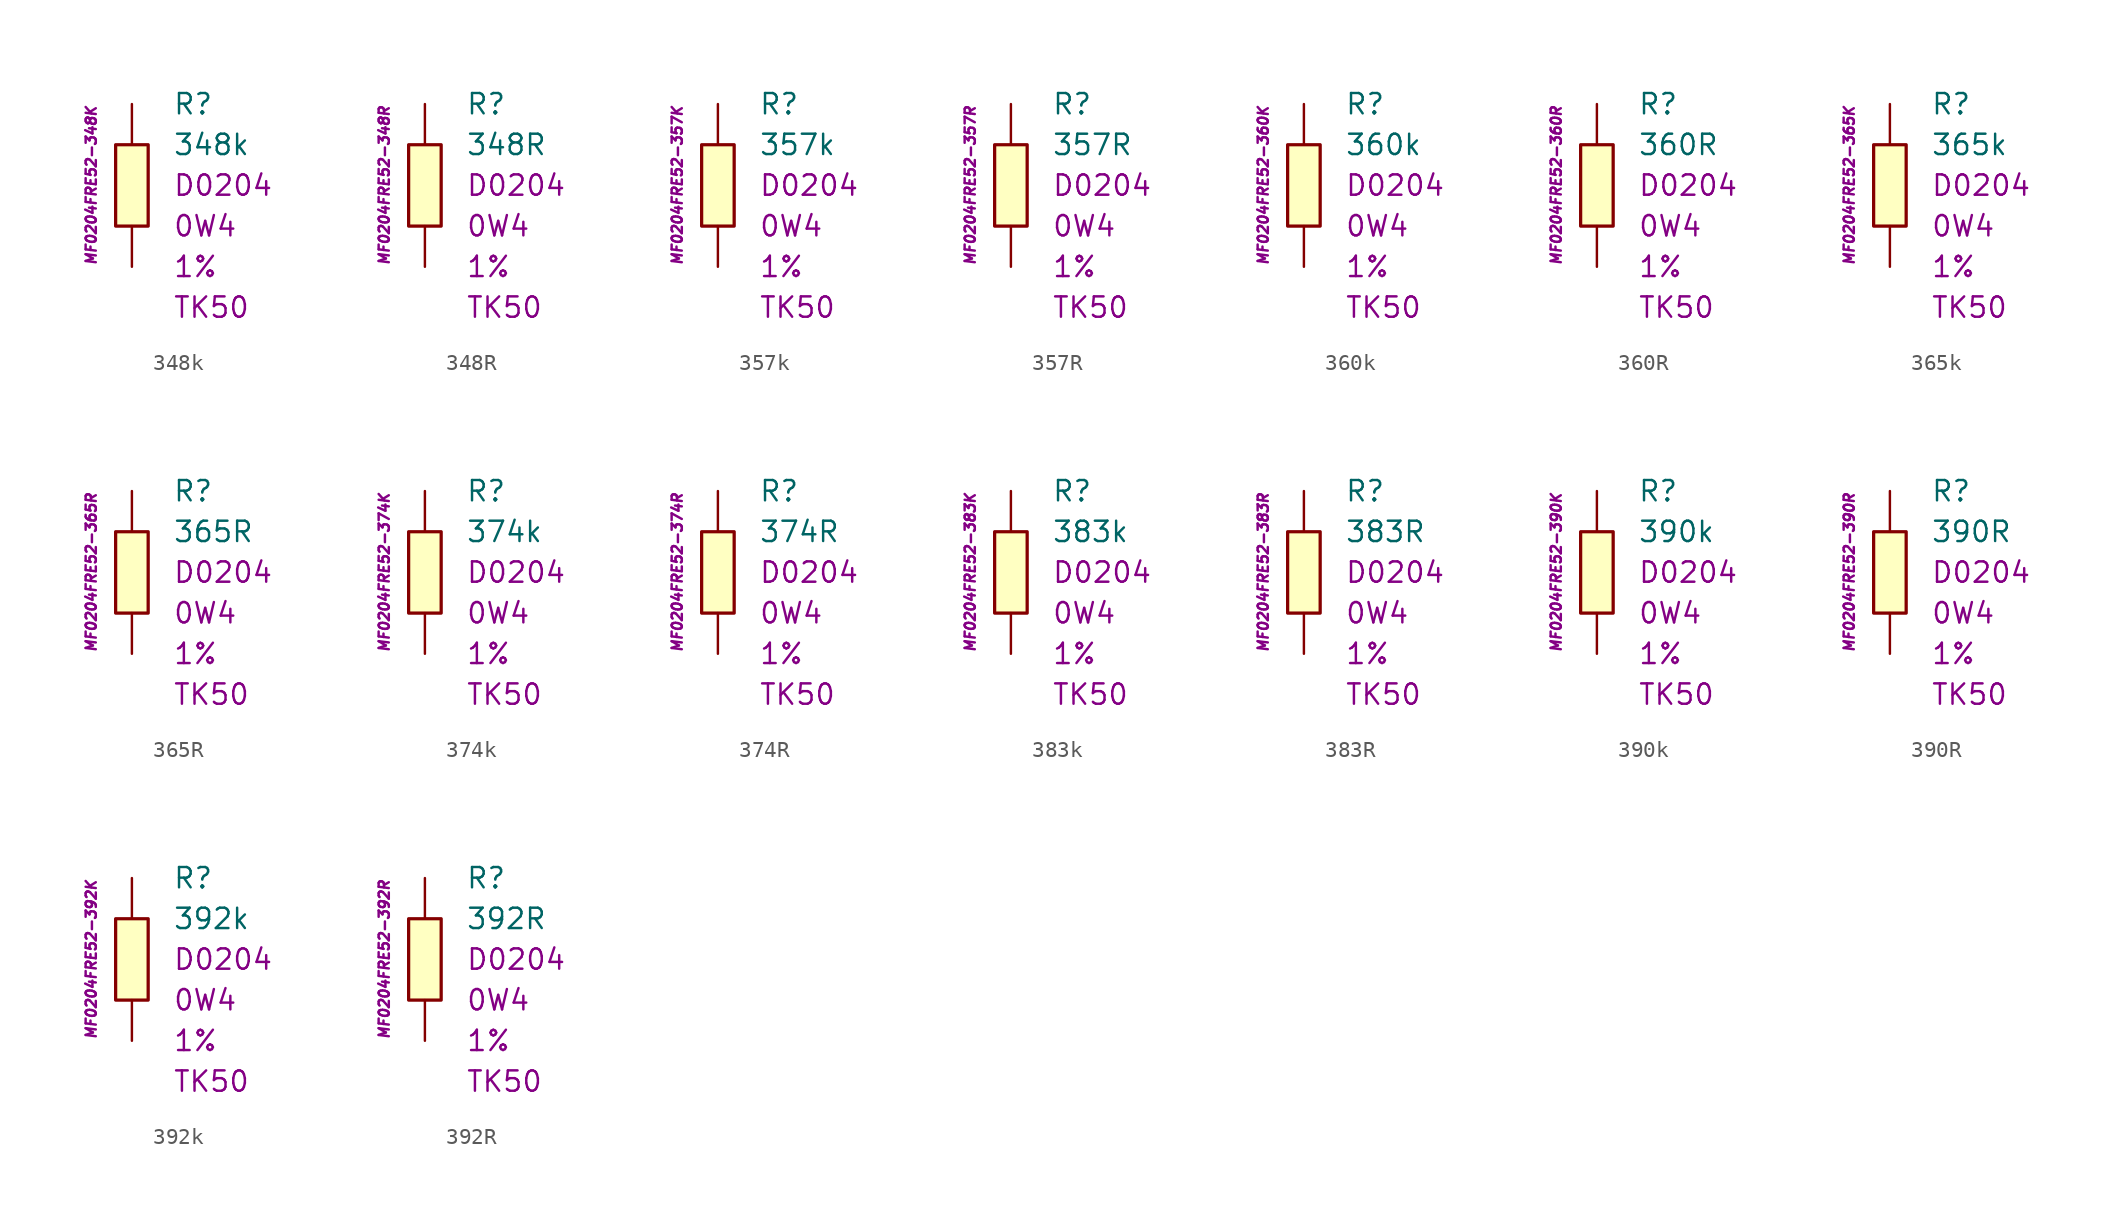
<source format=kicad_sym>
(kicad_symbol_lib
  (version 20201005)
  (generator kicad_symbol_editor)
  (symbol "348k"
    (pin_numbers hide)
    (pin_names
      (offset 1.016) hide)
    (property "Reference" "R"
      (at 2.54 5.08 0)
      (effects (font (size 1.27 1.27)) (justify left)))
    (property "Value" "348k"
      (at 2.54 2.54 0)
      (effects (font (size 1.27 1.27)) (justify left)))
    (property "Package" "D0204"
      (at 2.54 0 0)
      (effects (font (size 1.27 1.27)) (justify left)))
    (property "Power" "0W4"
      (at 2.54 -2.54 0)
      (effects (font (size 1.27 1.27)) (justify left)))
    (property "Tolerance" "1%"
      (at 2.54 -5.08 0)
      (effects (font (size 1.27 1.27)) (justify left)))
    (property "TK" "TK50"
      (at 2.54 -7.62 0)
      (effects (font (size 1.27 1.27)) (justify left)))
    (property "ID" "MF0204FRE52-348K"
      (at -2.54 0 90)
      (effects (font (size 0.635 0.635) italic)))
    (symbol "348k_0_1"
      (rectangle (start -1.016 2.54) (end 1.016 -2.54) (stroke (width 0.203)) (fill (type background))))
    (symbol "348k_1_1"
      (pin passive line (at 0 5.08 270) (length 2.54) (name "~" (effects (font (size 1.778 1.778)))) (number "1" (effects (font (size 1.778 1.778)))))
      (pin passive line (at 0 -5.08 90) (length 2.54) (name "~" (effects (font (size 1.778 1.778)))) (number "2" (effects (font (size 1.778 1.778)))))))
  (symbol "348R"
    (pin_numbers hide)
    (pin_names
      (offset 1.016) hide)
    (property "Reference" "R"
      (at 2.54 5.08 0)
      (effects (font (size 1.27 1.27)) (justify left)))
    (property "Value" "348R"
      (at 2.54 2.54 0)
      (effects (font (size 1.27 1.27)) (justify left)))
    (property "Package" "D0204"
      (at 2.54 0 0)
      (effects (font (size 1.27 1.27)) (justify left)))
    (property "Power" "0W4"
      (at 2.54 -2.54 0)
      (effects (font (size 1.27 1.27)) (justify left)))
    (property "Tolerance" "1%"
      (at 2.54 -5.08 0)
      (effects (font (size 1.27 1.27)) (justify left)))
    (property "TK" "TK50"
      (at 2.54 -7.62 0)
      (effects (font (size 1.27 1.27)) (justify left)))
    (property "ID" "MF0204FRE52-348R"
      (at -2.54 0 90)
      (effects (font (size 0.635 0.635) italic)))
    (symbol "348R_0_1"
      (rectangle (start -1.016 2.54) (end 1.016 -2.54) (stroke (width 0.203)) (fill (type background))))
    (symbol "348R_1_1"
      (pin passive line (at 0 5.08 270) (length 2.54) (name "~" (effects (font (size 1.778 1.778)))) (number "1" (effects (font (size 1.778 1.778)))))
      (pin passive line (at 0 -5.08 90) (length 2.54) (name "~" (effects (font (size 1.778 1.778)))) (number "2" (effects (font (size 1.778 1.778)))))))
  (symbol "357k"
    (pin_numbers hide)
    (pin_names
      (offset 1.016) hide)
    (property "Reference" "R"
      (at 2.54 5.08 0)
      (effects (font (size 1.27 1.27)) (justify left)))
    (property "Value" "357k"
      (at 2.54 2.54 0)
      (effects (font (size 1.27 1.27)) (justify left)))
    (property "Package" "D0204"
      (at 2.54 0 0)
      (effects (font (size 1.27 1.27)) (justify left)))
    (property "Power" "0W4"
      (at 2.54 -2.54 0)
      (effects (font (size 1.27 1.27)) (justify left)))
    (property "Tolerance" "1%"
      (at 2.54 -5.08 0)
      (effects (font (size 1.27 1.27)) (justify left)))
    (property "TK" "TK50"
      (at 2.54 -7.62 0)
      (effects (font (size 1.27 1.27)) (justify left)))
    (property "ID" "MF0204FRE52-357K"
      (at -2.54 0 90)
      (effects (font (size 0.635 0.635) italic)))
    (symbol "357k_0_1"
      (rectangle (start -1.016 2.54) (end 1.016 -2.54) (stroke (width 0.203)) (fill (type background))))
    (symbol "357k_1_1"
      (pin passive line (at 0 5.08 270) (length 2.54) (name "~" (effects (font (size 1.778 1.778)))) (number "1" (effects (font (size 1.778 1.778)))))
      (pin passive line (at 0 -5.08 90) (length 2.54) (name "~" (effects (font (size 1.778 1.778)))) (number "2" (effects (font (size 1.778 1.778)))))))
  (symbol "357R"
    (pin_numbers hide)
    (pin_names
      (offset 1.016) hide)
    (property "Reference" "R"
      (at 2.54 5.08 0)
      (effects (font (size 1.27 1.27)) (justify left)))
    (property "Value" "357R"
      (at 2.54 2.54 0)
      (effects (font (size 1.27 1.27)) (justify left)))
    (property "Package" "D0204"
      (at 2.54 0 0)
      (effects (font (size 1.27 1.27)) (justify left)))
    (property "Power" "0W4"
      (at 2.54 -2.54 0)
      (effects (font (size 1.27 1.27)) (justify left)))
    (property "Tolerance" "1%"
      (at 2.54 -5.08 0)
      (effects (font (size 1.27 1.27)) (justify left)))
    (property "TK" "TK50"
      (at 2.54 -7.62 0)
      (effects (font (size 1.27 1.27)) (justify left)))
    (property "ID" "MF0204FRE52-357R"
      (at -2.54 0 90)
      (effects (font (size 0.635 0.635) italic)))
    (symbol "357R_0_1"
      (rectangle (start -1.016 2.54) (end 1.016 -2.54) (stroke (width 0.203)) (fill (type background))))
    (symbol "357R_1_1"
      (pin passive line (at 0 5.08 270) (length 2.54) (name "~" (effects (font (size 1.778 1.778)))) (number "1" (effects (font (size 1.778 1.778)))))
      (pin passive line (at 0 -5.08 90) (length 2.54) (name "~" (effects (font (size 1.778 1.778)))) (number "2" (effects (font (size 1.778 1.778)))))))
  (symbol "360k"
    (pin_numbers hide)
    (pin_names
      (offset 1.016) hide)
    (property "Reference" "R"
      (at 2.54 5.08 0)
      (effects (font (size 1.27 1.27)) (justify left)))
    (property "Value" "360k"
      (at 2.54 2.54 0)
      (effects (font (size 1.27 1.27)) (justify left)))
    (property "Package" "D0204"
      (at 2.54 0 0)
      (effects (font (size 1.27 1.27)) (justify left)))
    (property "Power" "0W4"
      (at 2.54 -2.54 0)
      (effects (font (size 1.27 1.27)) (justify left)))
    (property "Tolerance" "1%"
      (at 2.54 -5.08 0)
      (effects (font (size 1.27 1.27)) (justify left)))
    (property "TK" "TK50"
      (at 2.54 -7.62 0)
      (effects (font (size 1.27 1.27)) (justify left)))
    (property "ID" "MF0204FRE52-360K"
      (at -2.54 0 90)
      (effects (font (size 0.635 0.635) italic)))
    (symbol "360k_0_1"
      (rectangle (start -1.016 2.54) (end 1.016 -2.54) (stroke (width 0.203)) (fill (type background))))
    (symbol "360k_1_1"
      (pin passive line (at 0 5.08 270) (length 2.54) (name "~" (effects (font (size 1.778 1.778)))) (number "1" (effects (font (size 1.778 1.778)))))
      (pin passive line (at 0 -5.08 90) (length 2.54) (name "~" (effects (font (size 1.778 1.778)))) (number "2" (effects (font (size 1.778 1.778)))))))
  (symbol "360R"
    (pin_numbers hide)
    (pin_names
      (offset 1.016) hide)
    (property "Reference" "R"
      (at 2.54 5.08 0)
      (effects (font (size 1.27 1.27)) (justify left)))
    (property "Value" "360R"
      (at 2.54 2.54 0)
      (effects (font (size 1.27 1.27)) (justify left)))
    (property "Package" "D0204"
      (at 2.54 0 0)
      (effects (font (size 1.27 1.27)) (justify left)))
    (property "Power" "0W4"
      (at 2.54 -2.54 0)
      (effects (font (size 1.27 1.27)) (justify left)))
    (property "Tolerance" "1%"
      (at 2.54 -5.08 0)
      (effects (font (size 1.27 1.27)) (justify left)))
    (property "TK" "TK50"
      (at 2.54 -7.62 0)
      (effects (font (size 1.27 1.27)) (justify left)))
    (property "ID" "MF0204FRE52-360R"
      (at -2.54 0 90)
      (effects (font (size 0.635 0.635) italic)))
    (symbol "360R_0_1"
      (rectangle (start -1.016 2.54) (end 1.016 -2.54) (stroke (width 0.203)) (fill (type background))))
    (symbol "360R_1_1"
      (pin passive line (at 0 5.08 270) (length 2.54) (name "~" (effects (font (size 1.778 1.778)))) (number "1" (effects (font (size 1.778 1.778)))))
      (pin passive line (at 0 -5.08 90) (length 2.54) (name "~" (effects (font (size 1.778 1.778)))) (number "2" (effects (font (size 1.778 1.778)))))))
  (symbol "365k"
    (pin_numbers hide)
    (pin_names
      (offset 1.016) hide)
    (property "Reference" "R"
      (at 2.54 5.08 0)
      (effects (font (size 1.27 1.27)) (justify left)))
    (property "Value" "365k"
      (at 2.54 2.54 0)
      (effects (font (size 1.27 1.27)) (justify left)))
    (property "Package" "D0204"
      (at 2.54 0 0)
      (effects (font (size 1.27 1.27)) (justify left)))
    (property "Power" "0W4"
      (at 2.54 -2.54 0)
      (effects (font (size 1.27 1.27)) (justify left)))
    (property "Tolerance" "1%"
      (at 2.54 -5.08 0)
      (effects (font (size 1.27 1.27)) (justify left)))
    (property "TK" "TK50"
      (at 2.54 -7.62 0)
      (effects (font (size 1.27 1.27)) (justify left)))
    (property "ID" "MF0204FRE52-365K"
      (at -2.54 0 90)
      (effects (font (size 0.635 0.635) italic)))
    (symbol "365k_0_1"
      (rectangle (start -1.016 2.54) (end 1.016 -2.54) (stroke (width 0.203)) (fill (type background))))
    (symbol "365k_1_1"
      (pin passive line (at 0 5.08 270) (length 2.54) (name "~" (effects (font (size 1.778 1.778)))) (number "1" (effects (font (size 1.778 1.778)))))
      (pin passive line (at 0 -5.08 90) (length 2.54) (name "~" (effects (font (size 1.778 1.778)))) (number "2" (effects (font (size 1.778 1.778)))))))
  (symbol "365R"
    (pin_numbers hide)
    (pin_names
      (offset 1.016) hide)
    (property "Reference" "R"
      (at 2.54 5.08 0)
      (effects (font (size 1.27 1.27)) (justify left)))
    (property "Value" "365R"
      (at 2.54 2.54 0)
      (effects (font (size 1.27 1.27)) (justify left)))
    (property "Package" "D0204"
      (at 2.54 0 0)
      (effects (font (size 1.27 1.27)) (justify left)))
    (property "Power" "0W4"
      (at 2.54 -2.54 0)
      (effects (font (size 1.27 1.27)) (justify left)))
    (property "Tolerance" "1%"
      (at 2.54 -5.08 0)
      (effects (font (size 1.27 1.27)) (justify left)))
    (property "TK" "TK50"
      (at 2.54 -7.62 0)
      (effects (font (size 1.27 1.27)) (justify left)))
    (property "ID" "MF0204FRE52-365R"
      (at -2.54 0 90)
      (effects (font (size 0.635 0.635) italic)))
    (symbol "365R_0_1"
      (rectangle (start -1.016 2.54) (end 1.016 -2.54) (stroke (width 0.203)) (fill (type background))))
    (symbol "365R_1_1"
      (pin passive line (at 0 5.08 270) (length 2.54) (name "~" (effects (font (size 1.778 1.778)))) (number "1" (effects (font (size 1.778 1.778)))))
      (pin passive line (at 0 -5.08 90) (length 2.54) (name "~" (effects (font (size 1.778 1.778)))) (number "2" (effects (font (size 1.778 1.778)))))))
  (symbol "374k"
    (pin_numbers hide)
    (pin_names
      (offset 1.016) hide)
    (property "Reference" "R"
      (at 2.54 5.08 0)
      (effects (font (size 1.27 1.27)) (justify left)))
    (property "Value" "374k"
      (at 2.54 2.54 0)
      (effects (font (size 1.27 1.27)) (justify left)))
    (property "Package" "D0204"
      (at 2.54 0 0)
      (effects (font (size 1.27 1.27)) (justify left)))
    (property "Power" "0W4"
      (at 2.54 -2.54 0)
      (effects (font (size 1.27 1.27)) (justify left)))
    (property "Tolerance" "1%"
      (at 2.54 -5.08 0)
      (effects (font (size 1.27 1.27)) (justify left)))
    (property "TK" "TK50"
      (at 2.54 -7.62 0)
      (effects (font (size 1.27 1.27)) (justify left)))
    (property "ID" "MF0204FRE52-374K"
      (at -2.54 0 90)
      (effects (font (size 0.635 0.635) italic)))
    (symbol "374k_0_1"
      (rectangle (start -1.016 2.54) (end 1.016 -2.54) (stroke (width 0.203)) (fill (type background))))
    (symbol "374k_1_1"
      (pin passive line (at 0 5.08 270) (length 2.54) (name "~" (effects (font (size 1.778 1.778)))) (number "1" (effects (font (size 1.778 1.778)))))
      (pin passive line (at 0 -5.08 90) (length 2.54) (name "~" (effects (font (size 1.778 1.778)))) (number "2" (effects (font (size 1.778 1.778)))))))
  (symbol "374R"
    (pin_numbers hide)
    (pin_names
      (offset 1.016) hide)
    (property "Reference" "R"
      (at 2.54 5.08 0)
      (effects (font (size 1.27 1.27)) (justify left)))
    (property "Value" "374R"
      (at 2.54 2.54 0)
      (effects (font (size 1.27 1.27)) (justify left)))
    (property "Package" "D0204"
      (at 2.54 0 0)
      (effects (font (size 1.27 1.27)) (justify left)))
    (property "Power" "0W4"
      (at 2.54 -2.54 0)
      (effects (font (size 1.27 1.27)) (justify left)))
    (property "Tolerance" "1%"
      (at 2.54 -5.08 0)
      (effects (font (size 1.27 1.27)) (justify left)))
    (property "TK" "TK50"
      (at 2.54 -7.62 0)
      (effects (font (size 1.27 1.27)) (justify left)))
    (property "ID" "MF0204FRE52-374R"
      (at -2.54 0 90)
      (effects (font (size 0.635 0.635) italic)))
    (symbol "374R_0_1"
      (rectangle (start -1.016 2.54) (end 1.016 -2.54) (stroke (width 0.203)) (fill (type background))))
    (symbol "374R_1_1"
      (pin passive line (at 0 5.08 270) (length 2.54) (name "~" (effects (font (size 1.778 1.778)))) (number "1" (effects (font (size 1.778 1.778)))))
      (pin passive line (at 0 -5.08 90) (length 2.54) (name "~" (effects (font (size 1.778 1.778)))) (number "2" (effects (font (size 1.778 1.778)))))))
  (symbol "383k"
    (pin_numbers hide)
    (pin_names
      (offset 1.016) hide)
    (property "Reference" "R"
      (at 2.54 5.08 0)
      (effects (font (size 1.27 1.27)) (justify left)))
    (property "Value" "383k"
      (at 2.54 2.54 0)
      (effects (font (size 1.27 1.27)) (justify left)))
    (property "Package" "D0204"
      (at 2.54 0 0)
      (effects (font (size 1.27 1.27)) (justify left)))
    (property "Power" "0W4"
      (at 2.54 -2.54 0)
      (effects (font (size 1.27 1.27)) (justify left)))
    (property "Tolerance" "1%"
      (at 2.54 -5.08 0)
      (effects (font (size 1.27 1.27)) (justify left)))
    (property "TK" "TK50"
      (at 2.54 -7.62 0)
      (effects (font (size 1.27 1.27)) (justify left)))
    (property "ID" "MF0204FRE52-383K"
      (at -2.54 0 90)
      (effects (font (size 0.635 0.635) italic)))
    (symbol "383k_0_1"
      (rectangle (start -1.016 2.54) (end 1.016 -2.54) (stroke (width 0.203)) (fill (type background))))
    (symbol "383k_1_1"
      (pin passive line (at 0 5.08 270) (length 2.54) (name "~" (effects (font (size 1.778 1.778)))) (number "1" (effects (font (size 1.778 1.778)))))
      (pin passive line (at 0 -5.08 90) (length 2.54) (name "~" (effects (font (size 1.778 1.778)))) (number "2" (effects (font (size 1.778 1.778)))))))
  (symbol "383R"
    (pin_numbers hide)
    (pin_names
      (offset 1.016) hide)
    (property "Reference" "R"
      (at 2.54 5.08 0)
      (effects (font (size 1.27 1.27)) (justify left)))
    (property "Value" "383R"
      (at 2.54 2.54 0)
      (effects (font (size 1.27 1.27)) (justify left)))
    (property "Package" "D0204"
      (at 2.54 0 0)
      (effects (font (size 1.27 1.27)) (justify left)))
    (property "Power" "0W4"
      (at 2.54 -2.54 0)
      (effects (font (size 1.27 1.27)) (justify left)))
    (property "Tolerance" "1%"
      (at 2.54 -5.08 0)
      (effects (font (size 1.27 1.27)) (justify left)))
    (property "TK" "TK50"
      (at 2.54 -7.62 0)
      (effects (font (size 1.27 1.27)) (justify left)))
    (property "ID" "MF0204FRE52-383R"
      (at -2.54 0 90)
      (effects (font (size 0.635 0.635) italic)))
    (symbol "383R_0_1"
      (rectangle (start -1.016 2.54) (end 1.016 -2.54) (stroke (width 0.203)) (fill (type background))))
    (symbol "383R_1_1"
      (pin passive line (at 0 5.08 270) (length 2.54) (name "~" (effects (font (size 1.778 1.778)))) (number "1" (effects (font (size 1.778 1.778)))))
      (pin passive line (at 0 -5.08 90) (length 2.54) (name "~" (effects (font (size 1.778 1.778)))) (number "2" (effects (font (size 1.778 1.778)))))))
  (symbol "390k"
    (pin_numbers hide)
    (pin_names
      (offset 1.016) hide)
    (property "Reference" "R"
      (at 2.54 5.08 0)
      (effects (font (size 1.27 1.27)) (justify left)))
    (property "Value" "390k"
      (at 2.54 2.54 0)
      (effects (font (size 1.27 1.27)) (justify left)))
    (property "Package" "D0204"
      (at 2.54 0 0)
      (effects (font (size 1.27 1.27)) (justify left)))
    (property "Power" "0W4"
      (at 2.54 -2.54 0)
      (effects (font (size 1.27 1.27)) (justify left)))
    (property "Tolerance" "1%"
      (at 2.54 -5.08 0)
      (effects (font (size 1.27 1.27)) (justify left)))
    (property "TK" "TK50"
      (at 2.54 -7.62 0)
      (effects (font (size 1.27 1.27)) (justify left)))
    (property "ID" "MF0204FRE52-390K"
      (at -2.54 0 90)
      (effects (font (size 0.635 0.635) italic)))
    (symbol "390k_0_1"
      (rectangle (start -1.016 2.54) (end 1.016 -2.54) (stroke (width 0.203)) (fill (type background))))
    (symbol "390k_1_1"
      (pin passive line (at 0 5.08 270) (length 2.54) (name "~" (effects (font (size 1.778 1.778)))) (number "1" (effects (font (size 1.778 1.778)))))
      (pin passive line (at 0 -5.08 90) (length 2.54) (name "~" (effects (font (size 1.778 1.778)))) (number "2" (effects (font (size 1.778 1.778)))))))
  (symbol "390R"
    (pin_numbers hide)
    (pin_names
      (offset 1.016) hide)
    (property "Reference" "R"
      (at 2.54 5.08 0)
      (effects (font (size 1.27 1.27)) (justify left)))
    (property "Value" "390R"
      (at 2.54 2.54 0)
      (effects (font (size 1.27 1.27)) (justify left)))
    (property "Package" "D0204"
      (at 2.54 0 0)
      (effects (font (size 1.27 1.27)) (justify left)))
    (property "Power" "0W4"
      (at 2.54 -2.54 0)
      (effects (font (size 1.27 1.27)) (justify left)))
    (property "Tolerance" "1%"
      (at 2.54 -5.08 0)
      (effects (font (size 1.27 1.27)) (justify left)))
    (property "TK" "TK50"
      (at 2.54 -7.62 0)
      (effects (font (size 1.27 1.27)) (justify left)))
    (property "ID" "MF0204FRE52-390R"
      (at -2.54 0 90)
      (effects (font (size 0.635 0.635) italic)))
    (symbol "390R_0_1"
      (rectangle (start -1.016 2.54) (end 1.016 -2.54) (stroke (width 0.203)) (fill (type background))))
    (symbol "390R_1_1"
      (pin passive line (at 0 5.08 270) (length 2.54) (name "~" (effects (font (size 1.778 1.778)))) (number "1" (effects (font (size 1.778 1.778)))))
      (pin passive line (at 0 -5.08 90) (length 2.54) (name "~" (effects (font (size 1.778 1.778)))) (number "2" (effects (font (size 1.778 1.778)))))))
  (symbol "392k"
    (pin_numbers hide)
    (pin_names
      (offset 1.016) hide)
    (property "Reference" "R"
      (at 2.54 5.08 0)
      (effects (font (size 1.27 1.27)) (justify left)))
    (property "Value" "392k"
      (at 2.54 2.54 0)
      (effects (font (size 1.27 1.27)) (justify left)))
    (property "Package" "D0204"
      (at 2.54 0 0)
      (effects (font (size 1.27 1.27)) (justify left)))
    (property "Power" "0W4"
      (at 2.54 -2.54 0)
      (effects (font (size 1.27 1.27)) (justify left)))
    (property "Tolerance" "1%"
      (at 2.54 -5.08 0)
      (effects (font (size 1.27 1.27)) (justify left)))
    (property "TK" "TK50"
      (at 2.54 -7.62 0)
      (effects (font (size 1.27 1.27)) (justify left)))
    (property "ID" "MF0204FRE52-392K"
      (at -2.54 0 90)
      (effects (font (size 0.635 0.635) italic)))
    (symbol "392k_0_1"
      (rectangle (start -1.016 2.54) (end 1.016 -2.54) (stroke (width 0.203)) (fill (type background))))
    (symbol "392k_1_1"
      (pin passive line (at 0 5.08 270) (length 2.54) (name "~" (effects (font (size 1.778 1.778)))) (number "1" (effects (font (size 1.778 1.778)))))
      (pin passive line (at 0 -5.08 90) (length 2.54) (name "~" (effects (font (size 1.778 1.778)))) (number "2" (effects (font (size 1.778 1.778)))))))
  (symbol "392R"
    (pin_numbers hide)
    (pin_names
      (offset 1.016) hide)
    (property "Reference" "R"
      (at 2.54 5.08 0)
      (effects (font (size 1.27 1.27)) (justify left)))
    (property "Value" "392R"
      (at 2.54 2.54 0)
      (effects (font (size 1.27 1.27)) (justify left)))
    (property "Package" "D0204"
      (at 2.54 0 0)
      (effects (font (size 1.27 1.27)) (justify left)))
    (property "Power" "0W4"
      (at 2.54 -2.54 0)
      (effects (font (size 1.27 1.27)) (justify left)))
    (property "Tolerance" "1%"
      (at 2.54 -5.08 0)
      (effects (font (size 1.27 1.27)) (justify left)))
    (property "TK" "TK50"
      (at 2.54 -7.62 0)
      (effects (font (size 1.27 1.27)) (justify left)))
    (property "ID" "MF0204FRE52-392R"
      (at -2.54 0 90)
      (effects (font (size 0.635 0.635) italic)))
    (symbol "392R_0_1"
      (rectangle (start -1.016 2.54) (end 1.016 -2.54) (stroke (width 0.203)) (fill (type background))))
    (symbol "392R_1_1"
      (pin passive line (at 0 5.08 270) (length 2.54) (name "~" (effects (font (size 1.778 1.778)))) (number "1" (effects (font (size 1.778 1.778)))))
      (pin passive line (at 0 -5.08 90) (length 2.54) (name "~" (effects (font (size 1.778 1.778)))) (number "2" (effects (font (size 1.778 1.778))))))))
</source>
